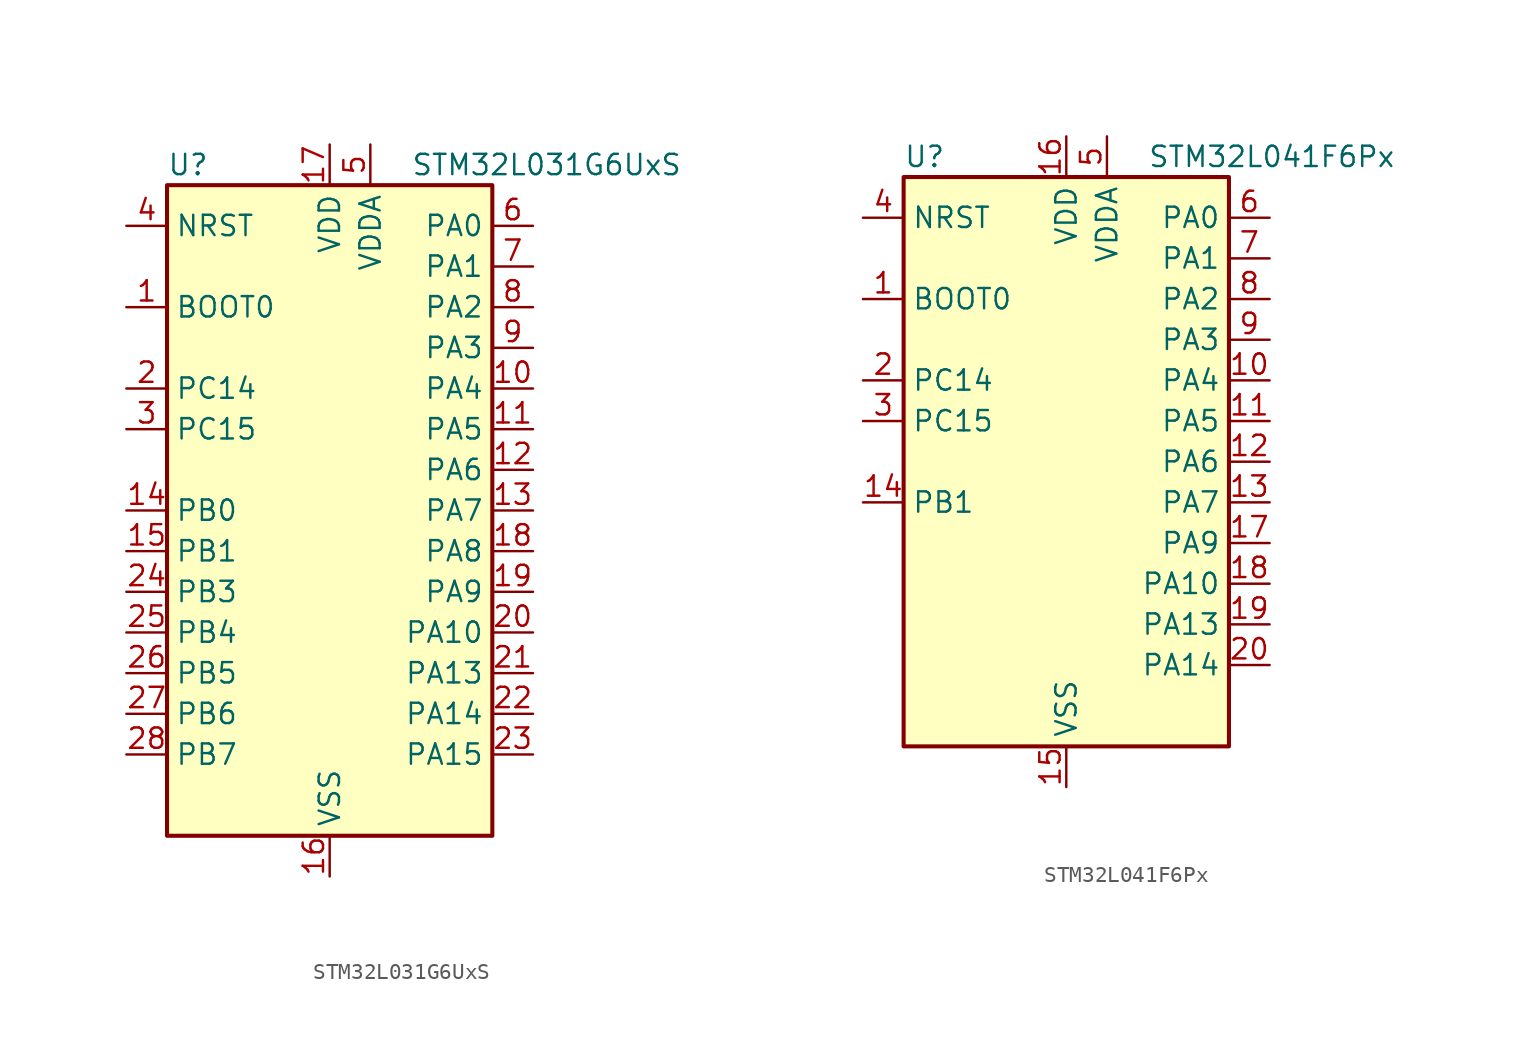
<source format=kicad_sym>
(kicad_symbol_lib
  (version 20220914)
  (generator kicad_symbol_editor)
  (symbol "STM32L031G6UxS"
    (property "Reference" "U"
      (at -10.16 21.59 0)
      (effects (font (size 1.27 1.27)) (justify left)))
    (property "Value" "STM32L031G6UxS"
      (at 5.08 21.59 0)
      (effects (font (size 1.27 1.27)) (justify left)))
    (property "ki_locked" ""
      (at 0 0 0)
      (effects (font (size 1.27 1.27))))
    (symbol "STM32L031G6UxS_0_1"
      (rectangle (start -10.16 -20.32) (end 10.16 20.32) (stroke (width 0.254) (type default)) (fill (type background))))
    (symbol "STM32L031G6UxS_1_1"
      (pin input line (at -12.7 12.7 0) (length 2.54) (name "BOOT0" (effects (font (size 1.27 1.27)))) (number "1" (effects (font (size 1.27 1.27)))))
      (pin bidirectional line (at 12.7 7.62 180) (length 2.54) (name "PA4" (effects (font (size 1.27 1.27)))) (number "10" (effects (font (size 1.27 1.27)))) (alternate "ADC_IN4" bidirectional line) (alternate "COMP1_INM" bidirectional line) (alternate "COMP2_INM" bidirectional line) (alternate "LPTIM1_IN1" bidirectional line) (alternate "SPI1_NSS" bidirectional line) (alternate "TIM22_ETR" bidirectional line) (alternate "USART2_CK" bidirectional line))
      (pin bidirectional line (at 12.7 5.08 180) (length 2.54) (name "PA5" (effects (font (size 1.27 1.27)))) (number "11" (effects (font (size 1.27 1.27)))) (alternate "ADC_IN5" bidirectional line) (alternate "COMP1_INM" bidirectional line) (alternate "COMP2_INM" bidirectional line) (alternate "LPTIM1_IN2" bidirectional line) (alternate "SPI1_SCK" bidirectional line) (alternate "TIM2_CH1" bidirectional line) (alternate "TIM2_ETR" bidirectional line))
      (pin bidirectional line (at 12.7 2.54 180) (length 2.54) (name "PA6" (effects (font (size 1.27 1.27)))) (number "12" (effects (font (size 1.27 1.27)))) (alternate "ADC_IN6" bidirectional line) (alternate "COMP1_OUT" bidirectional line) (alternate "LPTIM1_ETR" bidirectional line) (alternate "LPUART1_CTS" bidirectional line) (alternate "SPI1_MISO" bidirectional line) (alternate "TIM22_CH1" bidirectional line))
      (pin bidirectional line (at 12.7 0 180) (length 2.54) (name "PA7" (effects (font (size 1.27 1.27)))) (number "13" (effects (font (size 1.27 1.27)))) (alternate "ADC_IN7" bidirectional line) (alternate "COMP2_OUT" bidirectional line) (alternate "LPTIM1_OUT" bidirectional line) (alternate "SPI1_MOSI" bidirectional line) (alternate "TIM22_CH2" bidirectional line) (alternate "USART2_CTS" bidirectional line))
      (pin bidirectional line (at -12.7 0 0) (length 2.54) (name "PB0" (effects (font (size 1.27 1.27)))) (number "14" (effects (font (size 1.27 1.27)))) (alternate "ADC_IN8" bidirectional line) (alternate "SPI1_MISO" bidirectional line) (alternate "SYS_VREF_OUT_PB0" bidirectional line) (alternate "TIM2_CH3" bidirectional line) (alternate "USART2_DE" bidirectional line) (alternate "USART2_RTS" bidirectional line))
      (pin bidirectional line (at -12.7 -2.54 0) (length 2.54) (name "PB1" (effects (font (size 1.27 1.27)))) (number "15" (effects (font (size 1.27 1.27)))) (alternate "ADC_IN9" bidirectional line) (alternate "LPUART1_DE" bidirectional line) (alternate "LPUART1_RTS" bidirectional line) (alternate "SPI1_MOSI" bidirectional line) (alternate "SYS_VREF_OUT_PB1" bidirectional line) (alternate "TIM2_CH4" bidirectional line) (alternate "USART2_CK" bidirectional line))
      (pin power_in line (at 0 -22.86 90) (length 2.54) (name "VSS" (effects (font (size 1.27 1.27)))) (number "16" (effects (font (size 1.27 1.27)))))
      (pin power_in line (at 0 22.86 270) (length 2.54) (name "VDD" (effects (font (size 1.27 1.27)))) (number "17" (effects (font (size 1.27 1.27)))))
      (pin bidirectional line (at 12.7 -2.54 180) (length 2.54) (name "PA8" (effects (font (size 1.27 1.27)))) (number "18" (effects (font (size 1.27 1.27)))) (alternate "LPTIM1_IN1" bidirectional line) (alternate "RCC_MCO" bidirectional line) (alternate "TIM2_CH1" bidirectional line) (alternate "USART2_CK" bidirectional line))
      (pin bidirectional line (at 12.7 -5.08 180) (length 2.54) (name "PA9" (effects (font (size 1.27 1.27)))) (number "19" (effects (font (size 1.27 1.27)))) (alternate "I2C1_SCL" bidirectional line) (alternate "RCC_MCO" bidirectional line) (alternate "TIM22_CH1" bidirectional line) (alternate "USART2_TX" bidirectional line))
      (pin bidirectional line (at -12.7 7.62 0) (length 2.54) (name "PC14" (effects (font (size 1.27 1.27)))) (number "2" (effects (font (size 1.27 1.27)))) (alternate "RCC_OSC32_IN" bidirectional line))
      (pin bidirectional line (at 12.7 -7.62 180) (length 2.54) (name "PA10" (effects (font (size 1.27 1.27)))) (number "20" (effects (font (size 1.27 1.27)))) (alternate "I2C1_SDA" bidirectional line) (alternate "TIM22_CH2" bidirectional line) (alternate "USART2_RX" bidirectional line))
      (pin bidirectional line (at 12.7 -10.16 180) (length 2.54) (name "PA13" (effects (font (size 1.27 1.27)))) (number "21" (effects (font (size 1.27 1.27)))) (alternate "LPTIM1_ETR" bidirectional line) (alternate "LPUART1_RX" bidirectional line) (alternate "SYS_SWDIO" bidirectional line))
      (pin bidirectional line (at 12.7 -12.7 180) (length 2.54) (name "PA14" (effects (font (size 1.27 1.27)))) (number "22" (effects (font (size 1.27 1.27)))) (alternate "I2C1_SMBA" bidirectional line) (alternate "LPTIM1_OUT" bidirectional line) (alternate "LPUART1_TX" bidirectional line) (alternate "SYS_SWCLK" bidirectional line) (alternate "USART2_TX" bidirectional line))
      (pin bidirectional line (at 12.7 -15.24 180) (length 2.54) (name "PA15" (effects (font (size 1.27 1.27)))) (number "23" (effects (font (size 1.27 1.27)))) (alternate "SPI1_NSS" bidirectional line) (alternate "TIM2_CH1" bidirectional line) (alternate "TIM2_ETR" bidirectional line) (alternate "USART2_RX" bidirectional line))
      (pin bidirectional line (at -12.7 -5.08 0) (length 2.54) (name "PB3" (effects (font (size 1.27 1.27)))) (number "24" (effects (font (size 1.27 1.27)))) (alternate "COMP2_INM" bidirectional line) (alternate "SPI1_SCK" bidirectional line) (alternate "TIM2_CH2" bidirectional line))
      (pin bidirectional line (at -12.7 -7.62 0) (length 2.54) (name "PB4" (effects (font (size 1.27 1.27)))) (number "25" (effects (font (size 1.27 1.27)))) (alternate "COMP2_INP" bidirectional line) (alternate "SPI1_MISO" bidirectional line) (alternate "TIM22_CH1" bidirectional line))
      (pin bidirectional line (at -12.7 -10.16 0) (length 2.54) (name "PB5" (effects (font (size 1.27 1.27)))) (number "26" (effects (font (size 1.27 1.27)))) (alternate "COMP2_INP" bidirectional line) (alternate "I2C1_SMBA" bidirectional line) (alternate "LPTIM1_IN1" bidirectional line) (alternate "SPI1_MOSI" bidirectional line) (alternate "TIM22_CH2" bidirectional line))
      (pin bidirectional line (at -12.7 -12.7 0) (length 2.54) (name "PB6" (effects (font (size 1.27 1.27)))) (number "27" (effects (font (size 1.27 1.27)))) (alternate "COMP2_INP" bidirectional line) (alternate "I2C1_SCL" bidirectional line) (alternate "LPTIM1_ETR" bidirectional line) (alternate "TIM21_CH1" bidirectional line) (alternate "USART2_TX" bidirectional line))
      (pin bidirectional line (at -12.7 -15.24 0) (length 2.54) (name "PB7" (effects (font (size 1.27 1.27)))) (number "28" (effects (font (size 1.27 1.27)))) (alternate "COMP2_INP" bidirectional line) (alternate "I2C1_SDA" bidirectional line) (alternate "LPTIM1_IN2" bidirectional line) (alternate "SYS_PVD_IN" bidirectional line) (alternate "USART2_RX" bidirectional line))
      (pin bidirectional line (at -12.7 5.08 0) (length 2.54) (name "PC15" (effects (font (size 1.27 1.27)))) (number "3" (effects (font (size 1.27 1.27)))) (alternate "RCC_OSC32_OUT" bidirectional line))
      (pin input line (at -12.7 17.78 0) (length 2.54) (name "NRST" (effects (font (size 1.27 1.27)))) (number "4" (effects (font (size 1.27 1.27)))))
      (pin power_in line (at 2.54 22.86 270) (length 2.54) (name "VDDA" (effects (font (size 1.27 1.27)))) (number "5" (effects (font (size 1.27 1.27)))))
      (pin bidirectional line (at 12.7 17.78 180) (length 2.54) (name "PA0" (effects (font (size 1.27 1.27)))) (number "6" (effects (font (size 1.27 1.27)))) (alternate "ADC_IN0" bidirectional line) (alternate "COMP1_INM" bidirectional line) (alternate "COMP1_OUT" bidirectional line) (alternate "LPTIM1_IN1" bidirectional line) (alternate "RCC_CK_IN" bidirectional line) (alternate "RTC_TAMP2" bidirectional line) (alternate "SYS_WKUP1" bidirectional line) (alternate "TIM2_CH1" bidirectional line) (alternate "TIM2_ETR" bidirectional line) (alternate "USART2_CTS" bidirectional line))
      (pin bidirectional line (at 12.7 15.24 180) (length 2.54) (name "PA1" (effects (font (size 1.27 1.27)))) (number "7" (effects (font (size 1.27 1.27)))) (alternate "ADC_IN1" bidirectional line) (alternate "COMP1_INP" bidirectional line) (alternate "I2C1_SMBA" bidirectional line) (alternate "LPTIM1_IN2" bidirectional line) (alternate "TIM21_ETR" bidirectional line) (alternate "TIM2_CH2" bidirectional line) (alternate "USART2_DE" bidirectional line) (alternate "USART2_RTS" bidirectional line))
      (pin bidirectional line (at 12.7 12.7 180) (length 2.54) (name "PA2" (effects (font (size 1.27 1.27)))) (number "8" (effects (font (size 1.27 1.27)))) (alternate "ADC_IN2" bidirectional line) (alternate "COMP2_INM" bidirectional line) (alternate "COMP2_OUT" bidirectional line) (alternate "LPUART1_TX" bidirectional line) (alternate "RTC_OUT_ALARM" bidirectional line) (alternate "RTC_OUT_CALIB" bidirectional line) (alternate "RTC_TAMP3" bidirectional line) (alternate "RTC_TS" bidirectional line) (alternate "SYS_WKUP3" bidirectional line) (alternate "TIM21_CH1" bidirectional line) (alternate "TIM2_CH3" bidirectional line) (alternate "USART2_TX" bidirectional line))
      (pin bidirectional line (at 12.7 10.16 180) (length 2.54) (name "PA3" (effects (font (size 1.27 1.27)))) (number "9" (effects (font (size 1.27 1.27)))) (alternate "ADC_IN3" bidirectional line) (alternate "COMP2_INP" bidirectional line) (alternate "LPUART1_RX" bidirectional line) (alternate "TIM21_CH2" bidirectional line) (alternate "TIM2_CH4" bidirectional line) (alternate "USART2_RX" bidirectional line))))
  (symbol "STM32L041F6Px"
    (property "Reference" "U"
      (at -10.16 19.05 0)
      (effects (font (size 1.27 1.27)) (justify left)))
    (property "Value" "STM32L041F6Px"
      (at 5.08 19.05 0)
      (effects (font (size 1.27 1.27)) (justify left)))
    (property "ki_locked" ""
      (at 0 0 0)
      (effects (font (size 1.27 1.27))))
    (symbol "STM32L041F6Px_0_1"
      (rectangle (start -10.16 -17.78) (end 10.16 17.78) (stroke (width 0.254) (type default)) (fill (type background))))
    (symbol "STM32L041F6Px_1_1"
      (pin input line (at -12.7 10.16 0) (length 2.54) (name "BOOT0" (effects (font (size 1.27 1.27)))) (number "1" (effects (font (size 1.27 1.27)))))
      (pin bidirectional line (at 12.7 5.08 180) (length 2.54) (name "PA4" (effects (font (size 1.27 1.27)))) (number "10" (effects (font (size 1.27 1.27)))) (alternate "ADC_IN4" bidirectional line) (alternate "COMP1_INM" bidirectional line) (alternate "COMP2_INM" bidirectional line) (alternate "LPTIM1_IN1" bidirectional line) (alternate "SPI1_NSS" bidirectional line) (alternate "TIM22_ETR" bidirectional line) (alternate "USART2_CK" bidirectional line))
      (pin bidirectional line (at 12.7 2.54 180) (length 2.54) (name "PA5" (effects (font (size 1.27 1.27)))) (number "11" (effects (font (size 1.27 1.27)))) (alternate "ADC_IN5" bidirectional line) (alternate "COMP1_INM" bidirectional line) (alternate "COMP2_INM" bidirectional line) (alternate "LPTIM1_IN2" bidirectional line) (alternate "SPI1_SCK" bidirectional line) (alternate "TIM2_CH1" bidirectional line) (alternate "TIM2_ETR" bidirectional line))
      (pin bidirectional line (at 12.7 0 180) (length 2.54) (name "PA6" (effects (font (size 1.27 1.27)))) (number "12" (effects (font (size 1.27 1.27)))) (alternate "ADC_IN6" bidirectional line) (alternate "COMP1_OUT" bidirectional line) (alternate "LPTIM1_ETR" bidirectional line) (alternate "LPUART1_CTS" bidirectional line) (alternate "SPI1_MISO" bidirectional line) (alternate "TIM22_CH1" bidirectional line))
      (pin bidirectional line (at 12.7 -2.54 180) (length 2.54) (name "PA7" (effects (font (size 1.27 1.27)))) (number "13" (effects (font (size 1.27 1.27)))) (alternate "ADC_IN7" bidirectional line) (alternate "COMP2_OUT" bidirectional line) (alternate "LPTIM1_OUT" bidirectional line) (alternate "SPI1_MOSI" bidirectional line) (alternate "TIM22_CH2" bidirectional line) (alternate "USART2_CTS" bidirectional line))
      (pin bidirectional line (at -12.7 -2.54 0) (length 2.54) (name "PB1" (effects (font (size 1.27 1.27)))) (number "14" (effects (font (size 1.27 1.27)))) (alternate "ADC_IN9" bidirectional line) (alternate "LPUART1_DE" bidirectional line) (alternate "LPUART1_RTS" bidirectional line) (alternate "SPI1_MOSI" bidirectional line) (alternate "SYS_VREF_OUT_PB1" bidirectional line) (alternate "TIM2_CH4" bidirectional line) (alternate "USART2_CK" bidirectional line))
      (pin power_in line (at 0 -20.32 90) (length 2.54) (name "VSS" (effects (font (size 1.27 1.27)))) (number "15" (effects (font (size 1.27 1.27)))))
      (pin power_in line (at 0 20.32 270) (length 2.54) (name "VDD" (effects (font (size 1.27 1.27)))) (number "16" (effects (font (size 1.27 1.27)))))
      (pin bidirectional line (at 12.7 -5.08 180) (length 2.54) (name "PA9" (effects (font (size 1.27 1.27)))) (number "17" (effects (font (size 1.27 1.27)))) (alternate "I2C1_SCL" bidirectional line) (alternate "RCC_MCO" bidirectional line) (alternate "TIM22_CH1" bidirectional line) (alternate "USART2_TX" bidirectional line))
      (pin bidirectional line (at 12.7 -7.62 180) (length 2.54) (name "PA10" (effects (font (size 1.27 1.27)))) (number "18" (effects (font (size 1.27 1.27)))) (alternate "I2C1_SDA" bidirectional line) (alternate "TIM22_CH2" bidirectional line) (alternate "USART2_RX" bidirectional line))
      (pin bidirectional line (at 12.7 -10.16 180) (length 2.54) (name "PA13" (effects (font (size 1.27 1.27)))) (number "19" (effects (font (size 1.27 1.27)))) (alternate "LPTIM1_ETR" bidirectional line) (alternate "LPUART1_RX" bidirectional line) (alternate "SYS_SWDIO" bidirectional line))
      (pin bidirectional line (at -12.7 5.08 0) (length 2.54) (name "PC14" (effects (font (size 1.27 1.27)))) (number "2" (effects (font (size 1.27 1.27)))) (alternate "RCC_OSC32_IN" bidirectional line))
      (pin bidirectional line (at 12.7 -12.7 180) (length 2.54) (name "PA14" (effects (font (size 1.27 1.27)))) (number "20" (effects (font (size 1.27 1.27)))) (alternate "I2C1_SMBA" bidirectional line) (alternate "LPTIM1_OUT" bidirectional line) (alternate "LPUART1_TX" bidirectional line) (alternate "SYS_SWCLK" bidirectional line) (alternate "USART2_TX" bidirectional line))
      (pin bidirectional line (at -12.7 2.54 0) (length 2.54) (name "PC15" (effects (font (size 1.27 1.27)))) (number "3" (effects (font (size 1.27 1.27)))) (alternate "RCC_OSC32_OUT" bidirectional line))
      (pin input line (at -12.7 15.24 0) (length 2.54) (name "NRST" (effects (font (size 1.27 1.27)))) (number "4" (effects (font (size 1.27 1.27)))))
      (pin power_in line (at 2.54 20.32 270) (length 2.54) (name "VDDA" (effects (font (size 1.27 1.27)))) (number "5" (effects (font (size 1.27 1.27)))))
      (pin bidirectional line (at 12.7 15.24 180) (length 2.54) (name "PA0" (effects (font (size 1.27 1.27)))) (number "6" (effects (font (size 1.27 1.27)))) (alternate "ADC_IN0" bidirectional line) (alternate "COMP1_INM" bidirectional line) (alternate "COMP1_OUT" bidirectional line) (alternate "LPTIM1_IN1" bidirectional line) (alternate "RCC_CK_IN" bidirectional line) (alternate "RTC_TAMP2" bidirectional line) (alternate "SYS_WKUP1" bidirectional line) (alternate "TIM2_CH1" bidirectional line) (alternate "TIM2_ETR" bidirectional line) (alternate "USART2_CTS" bidirectional line))
      (pin bidirectional line (at 12.7 12.7 180) (length 2.54) (name "PA1" (effects (font (size 1.27 1.27)))) (number "7" (effects (font (size 1.27 1.27)))) (alternate "ADC_IN1" bidirectional line) (alternate "COMP1_INP" bidirectional line) (alternate "I2C1_SMBA" bidirectional line) (alternate "LPTIM1_IN2" bidirectional line) (alternate "TIM21_ETR" bidirectional line) (alternate "TIM2_CH2" bidirectional line) (alternate "USART2_DE" bidirectional line) (alternate "USART2_RTS" bidirectional line))
      (pin bidirectional line (at 12.7 10.16 180) (length 2.54) (name "PA2" (effects (font (size 1.27 1.27)))) (number "8" (effects (font (size 1.27 1.27)))) (alternate "ADC_IN2" bidirectional line) (alternate "COMP2_INM" bidirectional line) (alternate "COMP2_OUT" bidirectional line) (alternate "LPUART1_TX" bidirectional line) (alternate "RTC_OUT_ALARM" bidirectional line) (alternate "RTC_OUT_CALIB" bidirectional line) (alternate "RTC_TAMP3" bidirectional line) (alternate "RTC_TS" bidirectional line) (alternate "SYS_WKUP3" bidirectional line) (alternate "TIM21_CH1" bidirectional line) (alternate "TIM2_CH3" bidirectional line) (alternate "USART2_TX" bidirectional line))
      (pin bidirectional line (at 12.7 7.62 180) (length 2.54) (name "PA3" (effects (font (size 1.27 1.27)))) (number "9" (effects (font (size 1.27 1.27)))) (alternate "ADC_IN3" bidirectional line) (alternate "COMP2_INP" bidirectional line) (alternate "LPUART1_RX" bidirectional line) (alternate "TIM21_CH2" bidirectional line) (alternate "TIM2_CH4" bidirectional line) (alternate "USART2_RX" bidirectional line)))))
</source>
